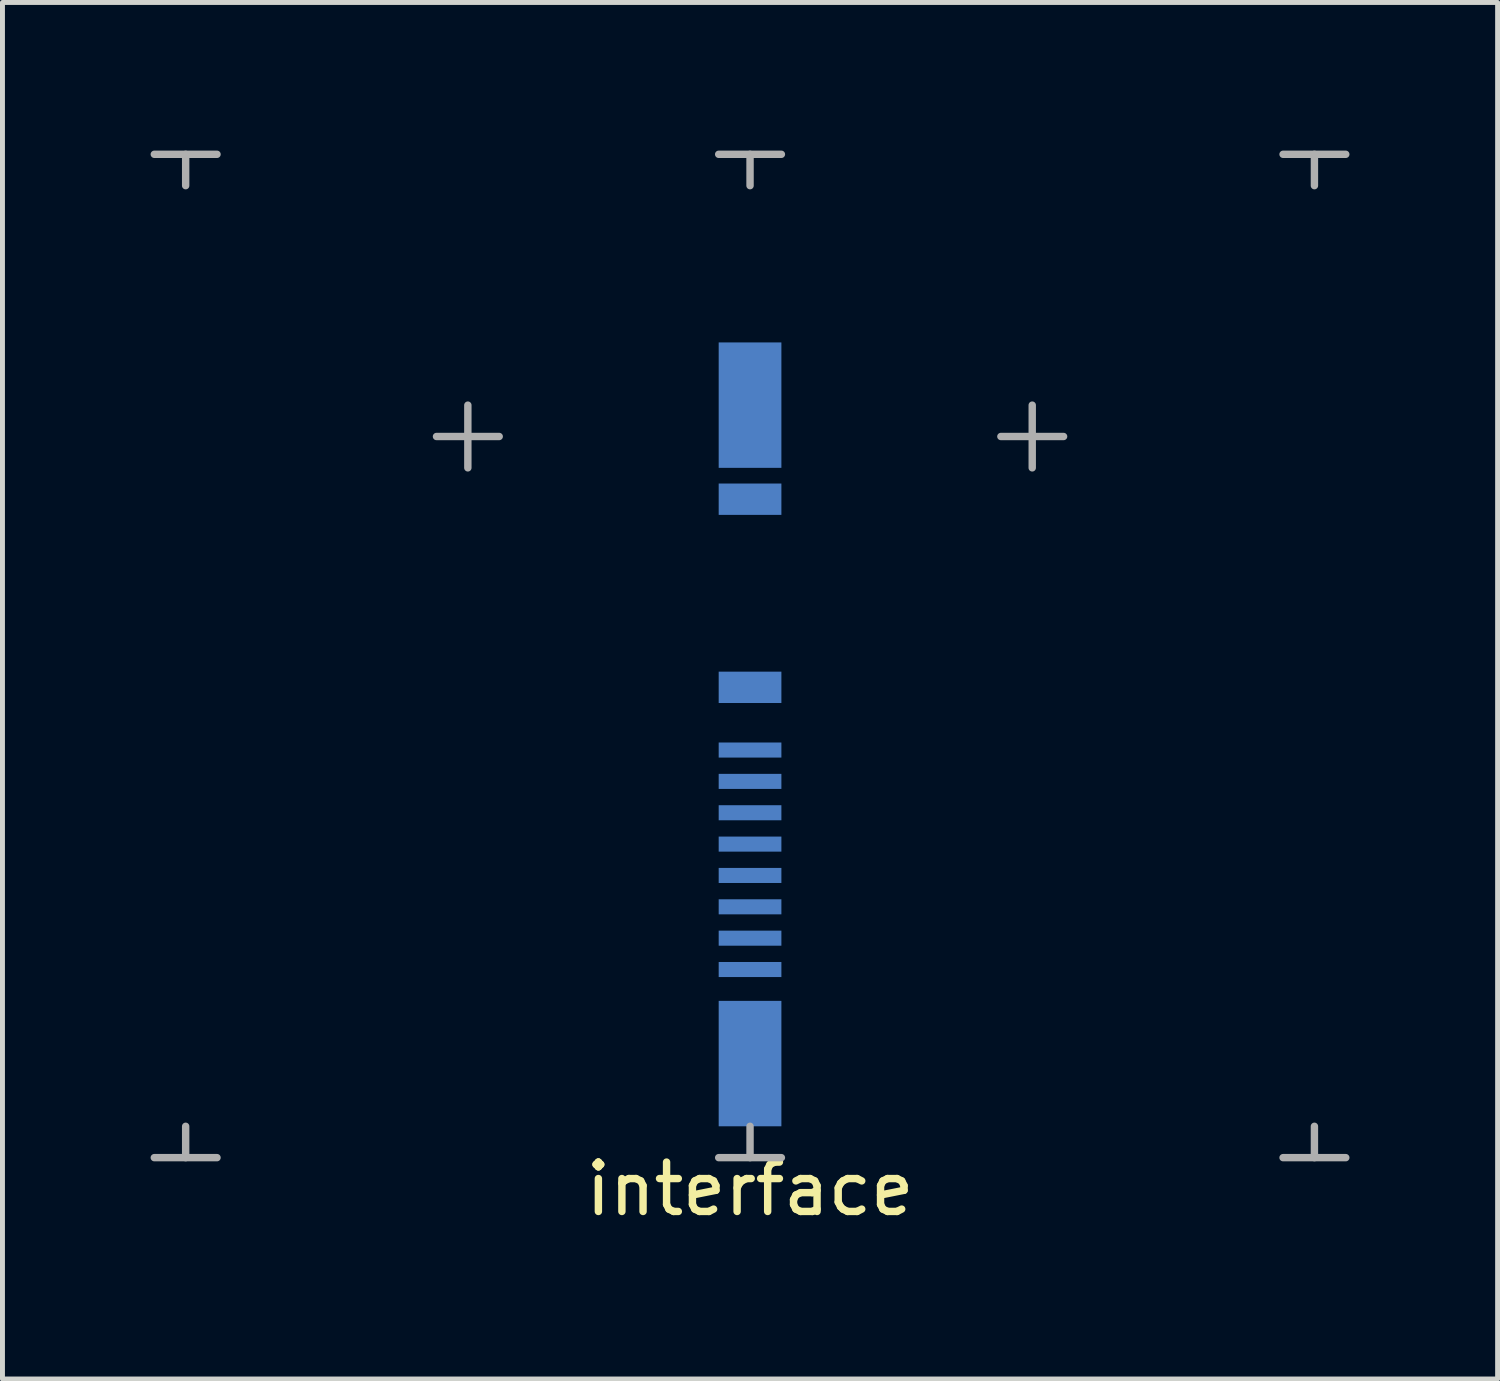
<source format=kicad_pcb>
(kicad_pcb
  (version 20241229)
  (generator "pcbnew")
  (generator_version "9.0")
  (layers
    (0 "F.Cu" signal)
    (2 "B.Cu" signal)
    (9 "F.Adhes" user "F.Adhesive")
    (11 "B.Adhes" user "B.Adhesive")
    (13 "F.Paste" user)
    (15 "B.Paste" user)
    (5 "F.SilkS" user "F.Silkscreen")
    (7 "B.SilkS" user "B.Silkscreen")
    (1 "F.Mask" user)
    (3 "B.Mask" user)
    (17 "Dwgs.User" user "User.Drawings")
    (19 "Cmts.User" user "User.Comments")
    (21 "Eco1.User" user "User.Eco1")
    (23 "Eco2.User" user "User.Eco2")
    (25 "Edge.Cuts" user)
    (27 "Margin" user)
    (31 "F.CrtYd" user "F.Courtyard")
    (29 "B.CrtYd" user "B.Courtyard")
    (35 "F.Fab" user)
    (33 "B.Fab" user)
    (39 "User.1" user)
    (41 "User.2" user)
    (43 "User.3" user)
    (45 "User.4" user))
  (footprint "interface"
    (layer "F.Cu")
    (at 12.14 0.71)
    (property "Reference" "interface" (at 0 20.32 0) (layer "F.SilkS") (effects (font (size 1 1) (thickness 0.15))))
    (attr through_hole)
    (fp_line (start -12.065 -0.635) (end -10.795 -0.635) (stroke (width 0.15) (type solid)) (layer "F.Fab"))
    (fp_line (start -12.065 19.685) (end -10.795 19.685) (stroke (width 0.15) (type solid)) (layer "F.Fab"))
    (fp_line (start -11.43 -0.635) (end -11.43 0) (stroke (width 0.15) (type solid)) (layer "F.Fab"))
    (fp_line (start -11.43 19.685) (end -11.43 19.05) (stroke (width 0.15) (type solid)) (layer "F.Fab"))
    (fp_line (start -5.715 4.445) (end -5.715 5.715) (stroke (width 0.15) (type solid)) (layer "F.Fab"))
    (fp_line (start -5.08 5.08) (end -6.35 5.08) (stroke (width 0.15) (type solid)) (layer "F.Fab"))
    (fp_line (start -0.635 -0.635) (end 0.635 -0.635) (stroke (width 0.15) (type solid)) (layer "F.Fab"))
    (fp_line (start -0.635 19.685) (end 0.635 19.685) (stroke (width 0.15) (type solid)) (layer "F.Fab"))
    (fp_line (start 0 -0.635) (end 0 0) (stroke (width 0.15) (type solid)) (layer "F.Fab"))
    (fp_line (start 0 19.05) (end 0 19.685) (stroke (width 0.15) (type solid)) (layer "F.Fab"))
    (fp_line (start 5.08 5.08) (end 6.35 5.08) (stroke (width 0.15) (type solid)) (layer "F.Fab"))
    (fp_line (start 5.715 4.445) (end 5.715 5.715) (stroke (width 0.15) (type solid)) (layer "F.Fab"))
    (fp_line (start 10.795 -0.635) (end 12.065 -0.635) (stroke (width 0.15) (type solid)) (layer "F.Fab"))
    (fp_line (start 10.795 19.685) (end 12.065 19.685) (stroke (width 0.15) (type solid)) (layer "F.Fab"))
    (fp_line (start 11.43 -0.635) (end 11.43 0) (stroke (width 0.15) (type solid)) (layer "F.Fab"))
    (fp_line (start 11.43 19.685) (end 11.43 19.05) (stroke (width 0.15) (type solid)) (layer "F.Fab"))
    (pad "1" smd rect (at 0 4.445) (size 1.27 2.54) (layers "B.Cu"))
    (pad "2" smd rect (at 0 17.78) (size 1.27 2.54) (layers "B.Cu"))
    (pad "3" smd rect (at 0 6.35) (size 1.27 0.635) (layers "B.Cu"))
    (pad "4" smd rect (at 0 10.16) (size 1.27 0.635) (layers "B.Cu"))
    (pad "5" smd rect (at 0 11.43) (size 1.27 0.305) (layers "B.Cu"))
    (pad "6" smd rect (at 0 12.065) (size 1.27 0.305) (layers "B.Cu"))
    (pad "7" smd rect (at 0 12.7) (size 1.27 0.305) (layers "B.Cu"))
    (pad "8" smd rect (at 0 13.335) (size 1.27 0.305) (layers "B.Cu"))
    (pad "9" smd rect (at 0 13.97) (size 1.27 0.305) (layers "B.Cu"))
    (pad "10" smd rect (at 0 14.605) (size 1.27 0.305) (layers "B.Cu"))
    (pad "11" smd rect (at 0 15.24) (size 1.27 0.305) (layers "B.Cu"))
    (pad "12" smd rect (at 0 15.875) (size 1.27 0.305) (layers "B.Cu")))
  (gr_rect
    (start -3 -3)
    (end 27.28 24.878)
    (stroke (width 0.1) (type default))
    (fill no)
    (layer "Edge.Cuts")))
</source>
